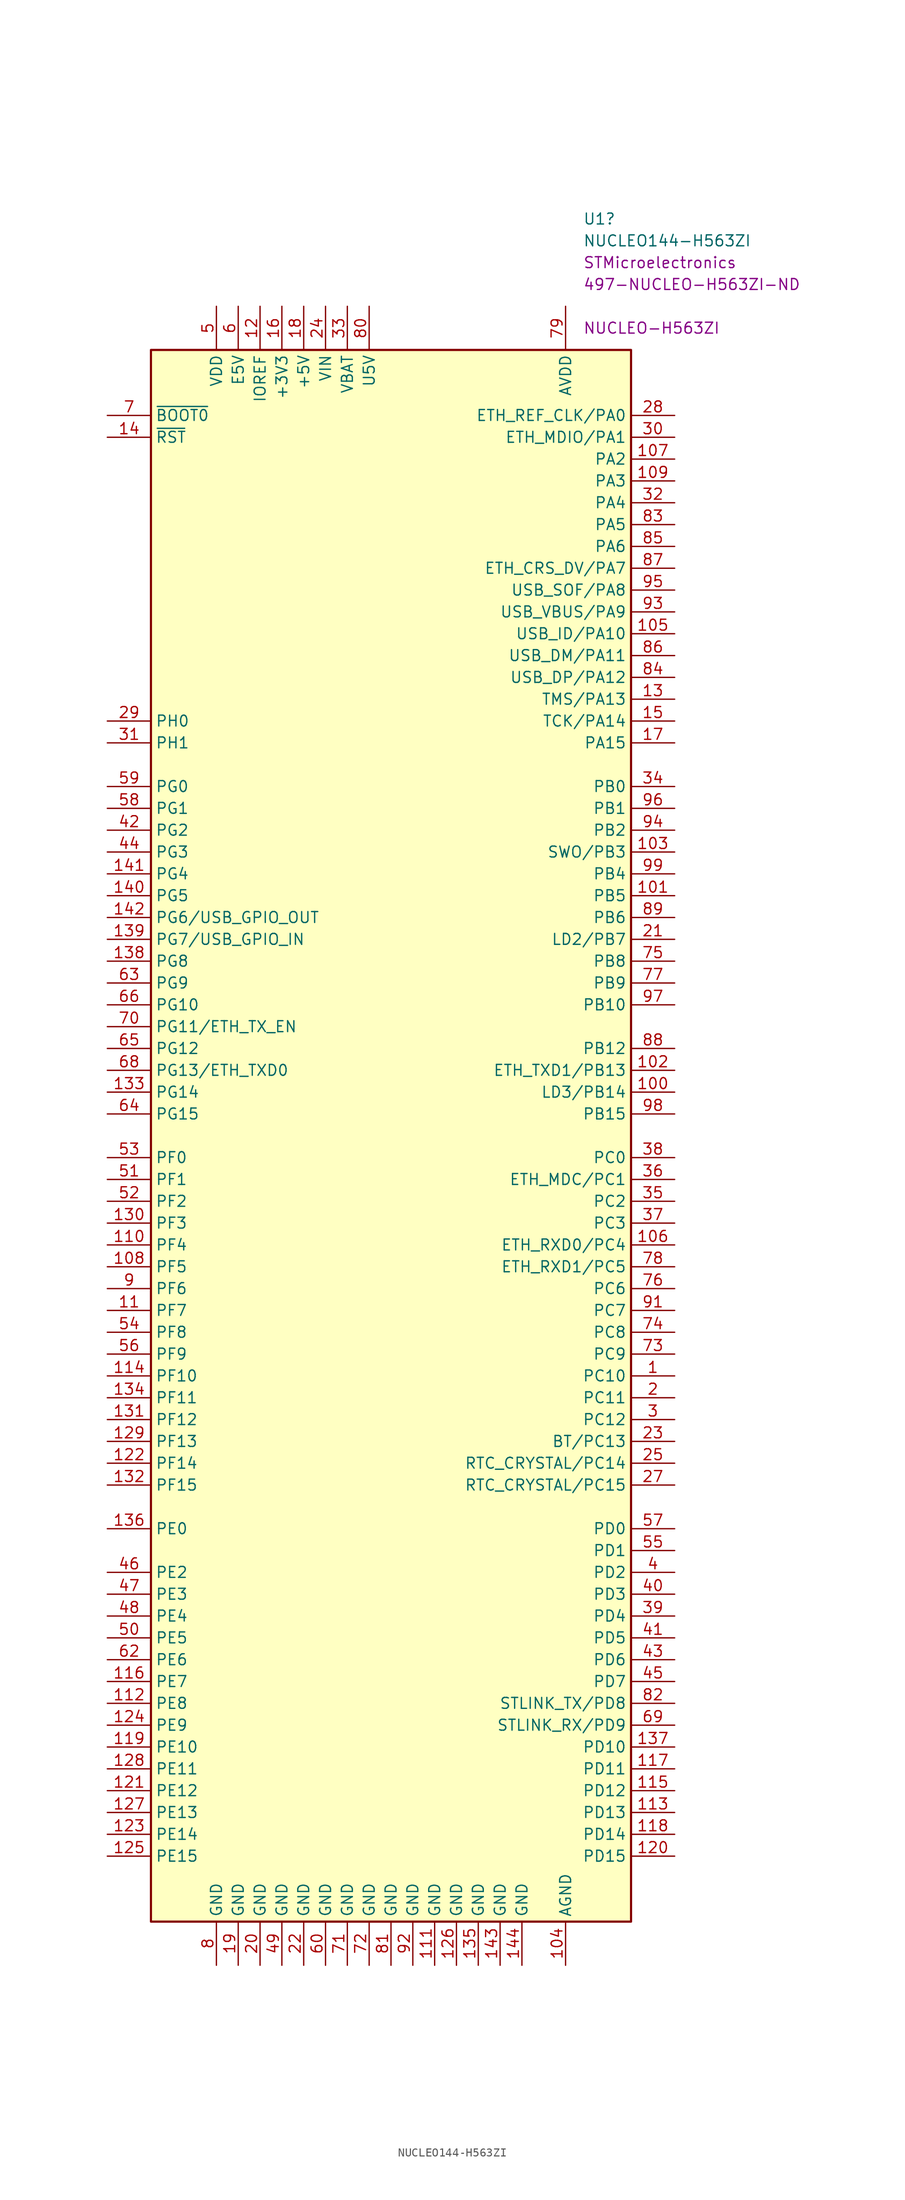
<source format=kicad_sym>
(kicad_symbol_lib
  (version 20231120)
  (generator "kicad_symbol_editor")
  (generator_version "8.0")
  (symbol "NUCLEO144-H563ZI"
    (property "Reference" "U1"
      (at 22.339 106.68 0)
      (effects (font (size 1.27 1.27)) (justify left)))
    (property "Value" "NUCLEO144-H563ZI"
      (at 22.339 104.14 0)
      (effects (font (size 1.27 1.27)) (justify left)))
    (property "MFR" "STMicroelectronics"
      (at 22.339 101.6 0)
      (effects (font (size 1.27 1.27)) (justify left)))
    (property "DPN" "497-NUCLEO-H563ZI-ND"
      (at 22.339 99.06 0)
      (effects (font (size 1.27 1.27)) (justify left)))
    (property "MPN" "NUCLEO-H563ZI"
      (at 22.339 93.98 0)
      (effects (font (size 1.27 1.27)) (justify left)))
    (symbol "NUCLEO144-H563ZI_0_1"
      (rectangle (start -27.94 -91.44) (end 27.94 91.44) (stroke (width 0.254) (type default)) (fill (type background))))
    (symbol "NUCLEO144-H563ZI_1_1"
      (pin bidirectional line (at 33.02 -27.94 180) (length 5.08) (name "PC10" (effects (font (size 1.27 1.27)))) (number "1" (effects (font (size 1.27 1.27)))))
      (pin no_connect line (at -33.02 55.88 0) (length 5.08) hide (name "NC" (effects (font (size 1.27 1.27)))) (number "10" (effects (font (size 1.27 1.27)))))
      (pin bidirectional line (at 33.02 5.08 180) (length 5.08) (name "LD3/PB14" (effects (font (size 1.27 1.27)))) (number "100" (effects (font (size 1.27 1.27)))))
      (pin bidirectional line (at 33.02 27.94 180) (length 5.08) (name "PB5" (effects (font (size 1.27 1.27)))) (number "101" (effects (font (size 1.27 1.27)))))
      (pin bidirectional line (at 33.02 7.62 180) (length 5.08) (name "ETH_TXD1/PB13" (effects (font (size 1.27 1.27)))) (number "102" (effects (font (size 1.27 1.27)))))
      (pin bidirectional line (at 33.02 33.02 180) (length 5.08) (name "SWO/PB3" (effects (font (size 1.27 1.27)))) (number "103" (effects (font (size 1.27 1.27)))))
      (pin power_in line (at 20.32 -96.52 90) (length 5.08) (name "AGND" (effects (font (size 1.27 1.27)))) (number "104" (effects (font (size 1.27 1.27)))))
      (pin bidirectional line (at 33.02 58.42 180) (length 5.08) (name "USB_ID/PA10" (effects (font (size 1.27 1.27)))) (number "105" (effects (font (size 1.27 1.27)))))
      (pin bidirectional line (at 33.02 -12.7 180) (length 5.08) (name "ETH_RXD0/PC4" (effects (font (size 1.27 1.27)))) (number "106" (effects (font (size 1.27 1.27)))))
      (pin bidirectional line (at 33.02 78.74 180) (length 5.08) (name "PA2" (effects (font (size 1.27 1.27)))) (number "107" (effects (font (size 1.27 1.27)))))
      (pin bidirectional line (at -33.02 -15.24 0) (length 5.08) (name "PF5" (effects (font (size 1.27 1.27)))) (number "108" (effects (font (size 1.27 1.27)))))
      (pin bidirectional line (at 33.02 76.2 180) (length 5.08) (name "PA3" (effects (font (size 1.27 1.27)))) (number "109" (effects (font (size 1.27 1.27)))))
      (pin bidirectional line (at -33.02 -20.32 0) (length 5.08) (name "PF7" (effects (font (size 1.27 1.27)))) (number "11" (effects (font (size 1.27 1.27)))))
      (pin bidirectional line (at -33.02 -12.7 0) (length 5.08) (name "PF4" (effects (font (size 1.27 1.27)))) (number "110" (effects (font (size 1.27 1.27)))))
      (pin power_in line (at 5.08 -96.52 90) (length 5.08) (name "GND" (effects (font (size 1.27 1.27)))) (number "111" (effects (font (size 1.27 1.27)))))
      (pin bidirectional line (at -33.02 -66.04 0) (length 5.08) (name "PE8" (effects (font (size 1.27 1.27)))) (number "112" (effects (font (size 1.27 1.27)))))
      (pin bidirectional line (at 33.02 -78.74 180) (length 5.08) (name "PD13" (effects (font (size 1.27 1.27)))) (number "113" (effects (font (size 1.27 1.27)))))
      (pin bidirectional line (at -33.02 -27.94 0) (length 5.08) (name "PF10" (effects (font (size 1.27 1.27)))) (number "114" (effects (font (size 1.27 1.27)))))
      (pin bidirectional line (at 33.02 -76.2 180) (length 5.08) (name "PD12" (effects (font (size 1.27 1.27)))) (number "115" (effects (font (size 1.27 1.27)))))
      (pin bidirectional line (at -33.02 -63.5 0) (length 5.08) (name "PE7" (effects (font (size 1.27 1.27)))) (number "116" (effects (font (size 1.27 1.27)))))
      (pin bidirectional line (at 33.02 -73.66 180) (length 5.08) (name "PD11" (effects (font (size 1.27 1.27)))) (number "117" (effects (font (size 1.27 1.27)))))
      (pin bidirectional line (at 33.02 -81.28 180) (length 5.08) (name "PD14" (effects (font (size 1.27 1.27)))) (number "118" (effects (font (size 1.27 1.27)))))
      (pin bidirectional line (at -33.02 -71.12 0) (length 5.08) (name "PE10" (effects (font (size 1.27 1.27)))) (number "119" (effects (font (size 1.27 1.27)))))
      (pin power_in line (at -15.24 96.52 270) (length 5.08) (name "IOREF" (effects (font (size 1.27 1.27)))) (number "12" (effects (font (size 1.27 1.27)))))
      (pin bidirectional line (at 33.02 -83.82 180) (length 5.08) (name "PD15" (effects (font (size 1.27 1.27)))) (number "120" (effects (font (size 1.27 1.27)))))
      (pin bidirectional line (at -33.02 -76.2 0) (length 5.08) (name "PE12" (effects (font (size 1.27 1.27)))) (number "121" (effects (font (size 1.27 1.27)))))
      (pin bidirectional line (at -33.02 -38.1 0) (length 5.08) (name "PF14" (effects (font (size 1.27 1.27)))) (number "122" (effects (font (size 1.27 1.27)))))
      (pin bidirectional line (at -33.02 -81.28 0) (length 5.08) (name "PE14" (effects (font (size 1.27 1.27)))) (number "123" (effects (font (size 1.27 1.27)))))
      (pin bidirectional line (at -33.02 -68.58 0) (length 5.08) (name "PE9" (effects (font (size 1.27 1.27)))) (number "124" (effects (font (size 1.27 1.27)))))
      (pin bidirectional line (at -33.02 -83.82 0) (length 5.08) (name "PE15" (effects (font (size 1.27 1.27)))) (number "125" (effects (font (size 1.27 1.27)))))
      (pin power_in line (at 7.62 -96.52 90) (length 5.08) (name "GND" (effects (font (size 1.27 1.27)))) (number "126" (effects (font (size 1.27 1.27)))))
      (pin bidirectional line (at -33.02 -78.74 0) (length 5.08) (name "PE13" (effects (font (size 1.27 1.27)))) (number "127" (effects (font (size 1.27 1.27)))))
      (pin bidirectional line (at -33.02 -73.66 0) (length 5.08) (name "PE11" (effects (font (size 1.27 1.27)))) (number "128" (effects (font (size 1.27 1.27)))))
      (pin bidirectional line (at -33.02 -35.56 0) (length 5.08) (name "PF13" (effects (font (size 1.27 1.27)))) (number "129" (effects (font (size 1.27 1.27)))))
      (pin bidirectional line (at 33.02 50.8 180) (length 5.08) (name "TMS/PA13" (effects (font (size 1.27 1.27)))) (number "13" (effects (font (size 1.27 1.27)))))
      (pin bidirectional line (at -33.02 -10.16 0) (length 5.08) (name "PF3" (effects (font (size 1.27 1.27)))) (number "130" (effects (font (size 1.27 1.27)))))
      (pin bidirectional line (at -33.02 -33.02 0) (length 5.08) (name "PF12" (effects (font (size 1.27 1.27)))) (number "131" (effects (font (size 1.27 1.27)))))
      (pin bidirectional line (at -33.02 -40.64 0) (length 5.08) (name "PF15" (effects (font (size 1.27 1.27)))) (number "132" (effects (font (size 1.27 1.27)))))
      (pin bidirectional line (at -33.02 5.08 0) (length 5.08) (name "PG14" (effects (font (size 1.27 1.27)))) (number "133" (effects (font (size 1.27 1.27)))))
      (pin bidirectional line (at -33.02 -30.48 0) (length 5.08) (name "PF11" (effects (font (size 1.27 1.27)))) (number "134" (effects (font (size 1.27 1.27)))))
      (pin power_in line (at 10.16 -96.52 90) (length 5.08) (name "GND" (effects (font (size 1.27 1.27)))) (number "135" (effects (font (size 1.27 1.27)))))
      (pin bidirectional line (at -33.02 -45.72 0) (length 5.08) (name "PE0" (effects (font (size 1.27 1.27)))) (number "136" (effects (font (size 1.27 1.27)))))
      (pin bidirectional line (at 33.02 -71.12 180) (length 5.08) (name "PD10" (effects (font (size 1.27 1.27)))) (number "137" (effects (font (size 1.27 1.27)))))
      (pin bidirectional line (at -33.02 20.32 0) (length 5.08) (name "PG8" (effects (font (size 1.27 1.27)))) (number "138" (effects (font (size 1.27 1.27)))))
      (pin bidirectional line (at -33.02 22.86 0) (length 5.08) (name "PG7/USB_GPIO_IN" (effects (font (size 1.27 1.27)))) (number "139" (effects (font (size 1.27 1.27)))))
      (pin input line (at -33.02 81.28 0) (length 5.08) (name "~{RST}" (effects (font (size 1.27 1.27)))) (number "14" (effects (font (size 1.27 1.27)))))
      (pin bidirectional line (at -33.02 27.94 0) (length 5.08) (name "PG5" (effects (font (size 1.27 1.27)))) (number "140" (effects (font (size 1.27 1.27)))))
      (pin bidirectional line (at -33.02 30.48 0) (length 5.08) (name "PG4" (effects (font (size 1.27 1.27)))) (number "141" (effects (font (size 1.27 1.27)))))
      (pin bidirectional line (at -33.02 25.4 0) (length 5.08) (name "PG6/USB_GPIO_OUT" (effects (font (size 1.27 1.27)))) (number "142" (effects (font (size 1.27 1.27)))))
      (pin power_in line (at 12.7 -96.52 90) (length 5.08) (name "GND" (effects (font (size 1.27 1.27)))) (number "143" (effects (font (size 1.27 1.27)))))
      (pin power_in line (at 15.24 -96.52 90) (length 5.08) (name "GND" (effects (font (size 1.27 1.27)))) (number "144" (effects (font (size 1.27 1.27)))))
      (pin bidirectional line (at 33.02 48.26 180) (length 5.08) (name "TCK/PA14" (effects (font (size 1.27 1.27)))) (number "15" (effects (font (size 1.27 1.27)))))
      (pin power_in line (at -12.7 96.52 270) (length 5.08) (name "+3V3" (effects (font (size 1.27 1.27)))) (number "16" (effects (font (size 1.27 1.27)))))
      (pin bidirectional line (at 33.02 45.72 180) (length 5.08) (name "PA15" (effects (font (size 1.27 1.27)))) (number "17" (effects (font (size 1.27 1.27)))))
      (pin power_in line (at -10.16 96.52 270) (length 5.08) (name "+5V" (effects (font (size 1.27 1.27)))) (number "18" (effects (font (size 1.27 1.27)))))
      (pin power_in line (at -17.78 -96.52 90) (length 5.08) (name "GND" (effects (font (size 1.27 1.27)))) (number "19" (effects (font (size 1.27 1.27)))))
      (pin bidirectional line (at 33.02 -30.48 180) (length 5.08) (name "PC11" (effects (font (size 1.27 1.27)))) (number "2" (effects (font (size 1.27 1.27)))))
      (pin power_in line (at -15.24 -96.52 90) (length 5.08) (name "GND" (effects (font (size 1.27 1.27)))) (number "20" (effects (font (size 1.27 1.27)))))
      (pin bidirectional line (at 33.02 22.86 180) (length 5.08) (name "LD2/PB7" (effects (font (size 1.27 1.27)))) (number "21" (effects (font (size 1.27 1.27)))))
      (pin power_in line (at -10.16 -96.52 90) (length 5.08) (name "GND" (effects (font (size 1.27 1.27)))) (number "22" (effects (font (size 1.27 1.27)))))
      (pin bidirectional line (at 33.02 -35.56 180) (length 5.08) (name "BT/PC13" (effects (font (size 1.27 1.27)))) (number "23" (effects (font (size 1.27 1.27)))))
      (pin power_in line (at -7.62 96.52 270) (length 5.08) (name "VIN" (effects (font (size 1.27 1.27)))) (number "24" (effects (font (size 1.27 1.27)))))
      (pin bidirectional line (at 33.02 -38.1 180) (length 5.08) (name "RTC_CRYSTAL/PC14" (effects (font (size 1.27 1.27)))) (number "25" (effects (font (size 1.27 1.27)))))
      (pin no_connect line (at -33.02 58.42 0) (length 5.08) hide (name "NC" (effects (font (size 1.27 1.27)))) (number "26" (effects (font (size 1.27 1.27)))))
      (pin bidirectional line (at 33.02 -40.64 180) (length 5.08) (name "RTC_CRYSTAL/PC15" (effects (font (size 1.27 1.27)))) (number "27" (effects (font (size 1.27 1.27)))))
      (pin bidirectional line (at 33.02 83.82 180) (length 5.08) (name "ETH_REF_CLK/PA0" (effects (font (size 1.27 1.27)))) (number "28" (effects (font (size 1.27 1.27)))))
      (pin bidirectional line (at -33.02 48.26 0) (length 5.08) (name "PH0" (effects (font (size 1.27 1.27)))) (number "29" (effects (font (size 1.27 1.27)))))
      (pin bidirectional line (at 33.02 -33.02 180) (length 5.08) (name "PC12" (effects (font (size 1.27 1.27)))) (number "3" (effects (font (size 1.27 1.27)))))
      (pin bidirectional line (at 33.02 81.28 180) (length 5.08) (name "ETH_MDIO/PA1" (effects (font (size 1.27 1.27)))) (number "30" (effects (font (size 1.27 1.27)))))
      (pin bidirectional line (at -33.02 45.72 0) (length 5.08) (name "PH1" (effects (font (size 1.27 1.27)))) (number "31" (effects (font (size 1.27 1.27)))))
      (pin bidirectional line (at 33.02 73.66 180) (length 5.08) (name "PA4" (effects (font (size 1.27 1.27)))) (number "32" (effects (font (size 1.27 1.27)))))
      (pin power_in line (at -5.08 96.52 270) (length 5.08) (name "VBAT" (effects (font (size 1.27 1.27)))) (number "33" (effects (font (size 1.27 1.27)))))
      (pin bidirectional line (at 33.02 40.64 180) (length 5.08) (name "PB0" (effects (font (size 1.27 1.27)))) (number "34" (effects (font (size 1.27 1.27)))))
      (pin bidirectional line (at 33.02 -7.62 180) (length 5.08) (name "PC2" (effects (font (size 1.27 1.27)))) (number "35" (effects (font (size 1.27 1.27)))))
      (pin bidirectional line (at 33.02 -5.08 180) (length 5.08) (name "ETH_MDC/PC1" (effects (font (size 1.27 1.27)))) (number "36" (effects (font (size 1.27 1.27)))))
      (pin bidirectional line (at 33.02 -10.16 180) (length 5.08) (name "PC3" (effects (font (size 1.27 1.27)))) (number "37" (effects (font (size 1.27 1.27)))))
      (pin bidirectional line (at 33.02 -2.54 180) (length 5.08) (name "PC0" (effects (font (size 1.27 1.27)))) (number "38" (effects (font (size 1.27 1.27)))))
      (pin bidirectional line (at 33.02 -55.88 180) (length 5.08) (name "PD4" (effects (font (size 1.27 1.27)))) (number "39" (effects (font (size 1.27 1.27)))))
      (pin bidirectional line (at 33.02 -50.8 180) (length 5.08) (name "PD2" (effects (font (size 1.27 1.27)))) (number "4" (effects (font (size 1.27 1.27)))))
      (pin bidirectional line (at 33.02 -53.34 180) (length 5.08) (name "PD3" (effects (font (size 1.27 1.27)))) (number "40" (effects (font (size 1.27 1.27)))))
      (pin bidirectional line (at 33.02 -58.42 180) (length 5.08) (name "PD5" (effects (font (size 1.27 1.27)))) (number "41" (effects (font (size 1.27 1.27)))))
      (pin bidirectional line (at -33.02 35.56 0) (length 5.08) (name "PG2" (effects (font (size 1.27 1.27)))) (number "42" (effects (font (size 1.27 1.27)))))
      (pin bidirectional line (at 33.02 -60.96 180) (length 5.08) (name "PD6" (effects (font (size 1.27 1.27)))) (number "43" (effects (font (size 1.27 1.27)))))
      (pin bidirectional line (at -33.02 33.02 0) (length 5.08) (name "PG3" (effects (font (size 1.27 1.27)))) (number "44" (effects (font (size 1.27 1.27)))))
      (pin bidirectional line (at 33.02 -63.5 180) (length 5.08) (name "PD7" (effects (font (size 1.27 1.27)))) (number "45" (effects (font (size 1.27 1.27)))))
      (pin bidirectional line (at -33.02 -50.8 0) (length 5.08) (name "PE2" (effects (font (size 1.27 1.27)))) (number "46" (effects (font (size 1.27 1.27)))))
      (pin bidirectional line (at -33.02 -53.34 0) (length 5.08) (name "PE3" (effects (font (size 1.27 1.27)))) (number "47" (effects (font (size 1.27 1.27)))))
      (pin bidirectional line (at -33.02 -55.88 0) (length 5.08) (name "PE4" (effects (font (size 1.27 1.27)))) (number "48" (effects (font (size 1.27 1.27)))))
      (pin power_in line (at -12.7 -96.52 90) (length 5.08) (name "GND" (effects (font (size 1.27 1.27)))) (number "49" (effects (font (size 1.27 1.27)))))
      (pin power_in line (at -20.32 96.52 270) (length 5.08) (name "VDD" (effects (font (size 1.27 1.27)))) (number "5" (effects (font (size 1.27 1.27)))))
      (pin bidirectional line (at -33.02 -58.42 0) (length 5.08) (name "PE5" (effects (font (size 1.27 1.27)))) (number "50" (effects (font (size 1.27 1.27)))))
      (pin bidirectional line (at -33.02 -5.08 0) (length 5.08) (name "PF1" (effects (font (size 1.27 1.27)))) (number "51" (effects (font (size 1.27 1.27)))))
      (pin bidirectional line (at -33.02 -7.62 0) (length 5.08) (name "PF2" (effects (font (size 1.27 1.27)))) (number "52" (effects (font (size 1.27 1.27)))))
      (pin bidirectional line (at -33.02 -2.54 0) (length 5.08) (name "PF0" (effects (font (size 1.27 1.27)))) (number "53" (effects (font (size 1.27 1.27)))))
      (pin bidirectional line (at -33.02 -22.86 0) (length 5.08) (name "PF8" (effects (font (size 1.27 1.27)))) (number "54" (effects (font (size 1.27 1.27)))))
      (pin bidirectional line (at 33.02 -48.26 180) (length 5.08) (name "PD1" (effects (font (size 1.27 1.27)))) (number "55" (effects (font (size 1.27 1.27)))))
      (pin bidirectional line (at -33.02 -25.4 0) (length 5.08) (name "PF9" (effects (font (size 1.27 1.27)))) (number "56" (effects (font (size 1.27 1.27)))))
      (pin bidirectional line (at 33.02 -45.72 180) (length 5.08) (name "PD0" (effects (font (size 1.27 1.27)))) (number "57" (effects (font (size 1.27 1.27)))))
      (pin bidirectional line (at -33.02 38.1 0) (length 5.08) (name "PG1" (effects (font (size 1.27 1.27)))) (number "58" (effects (font (size 1.27 1.27)))))
      (pin bidirectional line (at -33.02 40.64 0) (length 5.08) (name "PG0" (effects (font (size 1.27 1.27)))) (number "59" (effects (font (size 1.27 1.27)))))
      (pin power_in line (at -17.78 96.52 270) (length 5.08) (name "E5V" (effects (font (size 1.27 1.27)))) (number "6" (effects (font (size 1.27 1.27)))))
      (pin power_in line (at -7.62 -96.52 90) (length 5.08) (name "GND" (effects (font (size 1.27 1.27)))) (number "60" (effects (font (size 1.27 1.27)))))
      (pin no_connect line (at -33.02 -48.26 0) (length 5.08) hide (name "NC" (effects (font (size 1.27 1.27)))) (number "61" (effects (font (size 1.27 1.27)))))
      (pin bidirectional line (at -33.02 -60.96 0) (length 5.08) (name "PE6" (effects (font (size 1.27 1.27)))) (number "62" (effects (font (size 1.27 1.27)))))
      (pin bidirectional line (at -33.02 17.78 0) (length 5.08) (name "PG9" (effects (font (size 1.27 1.27)))) (number "63" (effects (font (size 1.27 1.27)))))
      (pin bidirectional line (at -33.02 2.54 0) (length 5.08) (name "PG15" (effects (font (size 1.27 1.27)))) (number "64" (effects (font (size 1.27 1.27)))))
      (pin bidirectional line (at -33.02 10.16 0) (length 5.08) (name "PG12" (effects (font (size 1.27 1.27)))) (number "65" (effects (font (size 1.27 1.27)))))
      (pin bidirectional line (at -33.02 15.24 0) (length 5.08) (name "PG10" (effects (font (size 1.27 1.27)))) (number "66" (effects (font (size 1.27 1.27)))))
      (pin no_connect line (at -33.02 53.34 0) (length 5.08) hide (name "NC" (effects (font (size 1.27 1.27)))) (number "67" (effects (font (size 1.27 1.27)))))
      (pin bidirectional line (at -33.02 7.62 0) (length 5.08) (name "PG13/ETH_TXD0" (effects (font (size 1.27 1.27)))) (number "68" (effects (font (size 1.27 1.27)))))
      (pin bidirectional line (at 33.02 -68.58 180) (length 5.08) (name "STLINK_RX/PD9" (effects (font (size 1.27 1.27)))) (number "69" (effects (font (size 1.27 1.27)))))
      (pin input line (at -33.02 83.82 0) (length 5.08) (name "~{BOOT0}" (effects (font (size 1.27 1.27)))) (number "7" (effects (font (size 1.27 1.27)))))
      (pin bidirectional line (at -33.02 12.7 0) (length 5.08) (name "PG11/ETH_TX_EN" (effects (font (size 1.27 1.27)))) (number "70" (effects (font (size 1.27 1.27)))))
      (pin power_in line (at -5.08 -96.52 90) (length 5.08) (name "GND" (effects (font (size 1.27 1.27)))) (number "71" (effects (font (size 1.27 1.27)))))
      (pin power_in line (at -2.54 -96.52 90) (length 5.08) (name "GND" (effects (font (size 1.27 1.27)))) (number "72" (effects (font (size 1.27 1.27)))))
      (pin bidirectional line (at 33.02 -25.4 180) (length 5.08) (name "PC9" (effects (font (size 1.27 1.27)))) (number "73" (effects (font (size 1.27 1.27)))))
      (pin bidirectional line (at 33.02 -22.86 180) (length 5.08) (name "PC8" (effects (font (size 1.27 1.27)))) (number "74" (effects (font (size 1.27 1.27)))))
      (pin bidirectional line (at 33.02 20.32 180) (length 5.08) (name "PB8" (effects (font (size 1.27 1.27)))) (number "75" (effects (font (size 1.27 1.27)))))
      (pin bidirectional line (at 33.02 -17.78 180) (length 5.08) (name "PC6" (effects (font (size 1.27 1.27)))) (number "76" (effects (font (size 1.27 1.27)))))
      (pin bidirectional line (at 33.02 17.78 180) (length 5.08) (name "PB9" (effects (font (size 1.27 1.27)))) (number "77" (effects (font (size 1.27 1.27)))))
      (pin bidirectional line (at 33.02 -15.24 180) (length 5.08) (name "ETH_RXD1/PC5" (effects (font (size 1.27 1.27)))) (number "78" (effects (font (size 1.27 1.27)))))
      (pin power_in line (at 20.32 96.52 270) (length 5.08) (name "AVDD" (effects (font (size 1.27 1.27)))) (number "79" (effects (font (size 1.27 1.27)))))
      (pin power_in line (at -20.32 -96.52 90) (length 5.08) (name "GND" (effects (font (size 1.27 1.27)))) (number "8" (effects (font (size 1.27 1.27)))))
      (pin power_in line (at -2.54 96.52 270) (length 5.08) (name "U5V" (effects (font (size 1.27 1.27)))) (number "80" (effects (font (size 1.27 1.27)))))
      (pin power_in line (at 0 -96.52 90) (length 5.08) (name "GND" (effects (font (size 1.27 1.27)))) (number "81" (effects (font (size 1.27 1.27)))))
      (pin bidirectional line (at 33.02 -66.04 180) (length 5.08) (name "STLINK_TX/PD8" (effects (font (size 1.27 1.27)))) (number "82" (effects (font (size 1.27 1.27)))))
      (pin bidirectional line (at 33.02 71.12 180) (length 5.08) (name "PA5" (effects (font (size 1.27 1.27)))) (number "83" (effects (font (size 1.27 1.27)))))
      (pin bidirectional line (at 33.02 53.34 180) (length 5.08) (name "USB_DP/PA12" (effects (font (size 1.27 1.27)))) (number "84" (effects (font (size 1.27 1.27)))))
      (pin bidirectional line (at 33.02 68.58 180) (length 5.08) (name "PA6" (effects (font (size 1.27 1.27)))) (number "85" (effects (font (size 1.27 1.27)))))
      (pin bidirectional line (at 33.02 55.88 180) (length 5.08) (name "USB_DM/PA11" (effects (font (size 1.27 1.27)))) (number "86" (effects (font (size 1.27 1.27)))))
      (pin bidirectional line (at 33.02 66.04 180) (length 5.08) (name "ETH_CRS_DV/PA7" (effects (font (size 1.27 1.27)))) (number "87" (effects (font (size 1.27 1.27)))))
      (pin bidirectional line (at 33.02 10.16 180) (length 5.08) (name "PB12" (effects (font (size 1.27 1.27)))) (number "88" (effects (font (size 1.27 1.27)))))
      (pin bidirectional line (at 33.02 25.4 180) (length 5.08) (name "PB6" (effects (font (size 1.27 1.27)))) (number "89" (effects (font (size 1.27 1.27)))))
      (pin bidirectional line (at -33.02 -17.78 0) (length 5.08) (name "PF6" (effects (font (size 1.27 1.27)))) (number "9" (effects (font (size 1.27 1.27)))))
      (pin no_connect line (at 33.02 12.7 180) (length 5.08) hide (name "PB11" (effects (font (size 1.27 1.27)))) (number "90" (effects (font (size 1.27 1.27)))))
      (pin bidirectional line (at 33.02 -20.32 180) (length 5.08) (name "PC7" (effects (font (size 1.27 1.27)))) (number "91" (effects (font (size 1.27 1.27)))))
      (pin power_in line (at 2.54 -96.52 90) (length 5.08) (name "GND" (effects (font (size 1.27 1.27)))) (number "92" (effects (font (size 1.27 1.27)))))
      (pin bidirectional line (at 33.02 60.96 180) (length 5.08) (name "USB_VBUS/PA9" (effects (font (size 1.27 1.27)))) (number "93" (effects (font (size 1.27 1.27)))))
      (pin bidirectional line (at 33.02 35.56 180) (length 5.08) (name "PB2" (effects (font (size 1.27 1.27)))) (number "94" (effects (font (size 1.27 1.27)))))
      (pin bidirectional line (at 33.02 63.5 180) (length 5.08) (name "USB_SOF/PA8" (effects (font (size 1.27 1.27)))) (number "95" (effects (font (size 1.27 1.27)))))
      (pin bidirectional line (at 33.02 38.1 180) (length 5.08) (name "PB1" (effects (font (size 1.27 1.27)))) (number "96" (effects (font (size 1.27 1.27)))))
      (pin bidirectional line (at 33.02 15.24 180) (length 5.08) (name "PB10" (effects (font (size 1.27 1.27)))) (number "97" (effects (font (size 1.27 1.27)))))
      (pin bidirectional line (at 33.02 2.54 180) (length 5.08) (name "PB15" (effects (font (size 1.27 1.27)))) (number "98" (effects (font (size 1.27 1.27)))))
      (pin bidirectional line (at 33.02 30.48 180) (length 5.08) (name "PB4" (effects (font (size 1.27 1.27)))) (number "99" (effects (font (size 1.27 1.27))))))))
</source>
